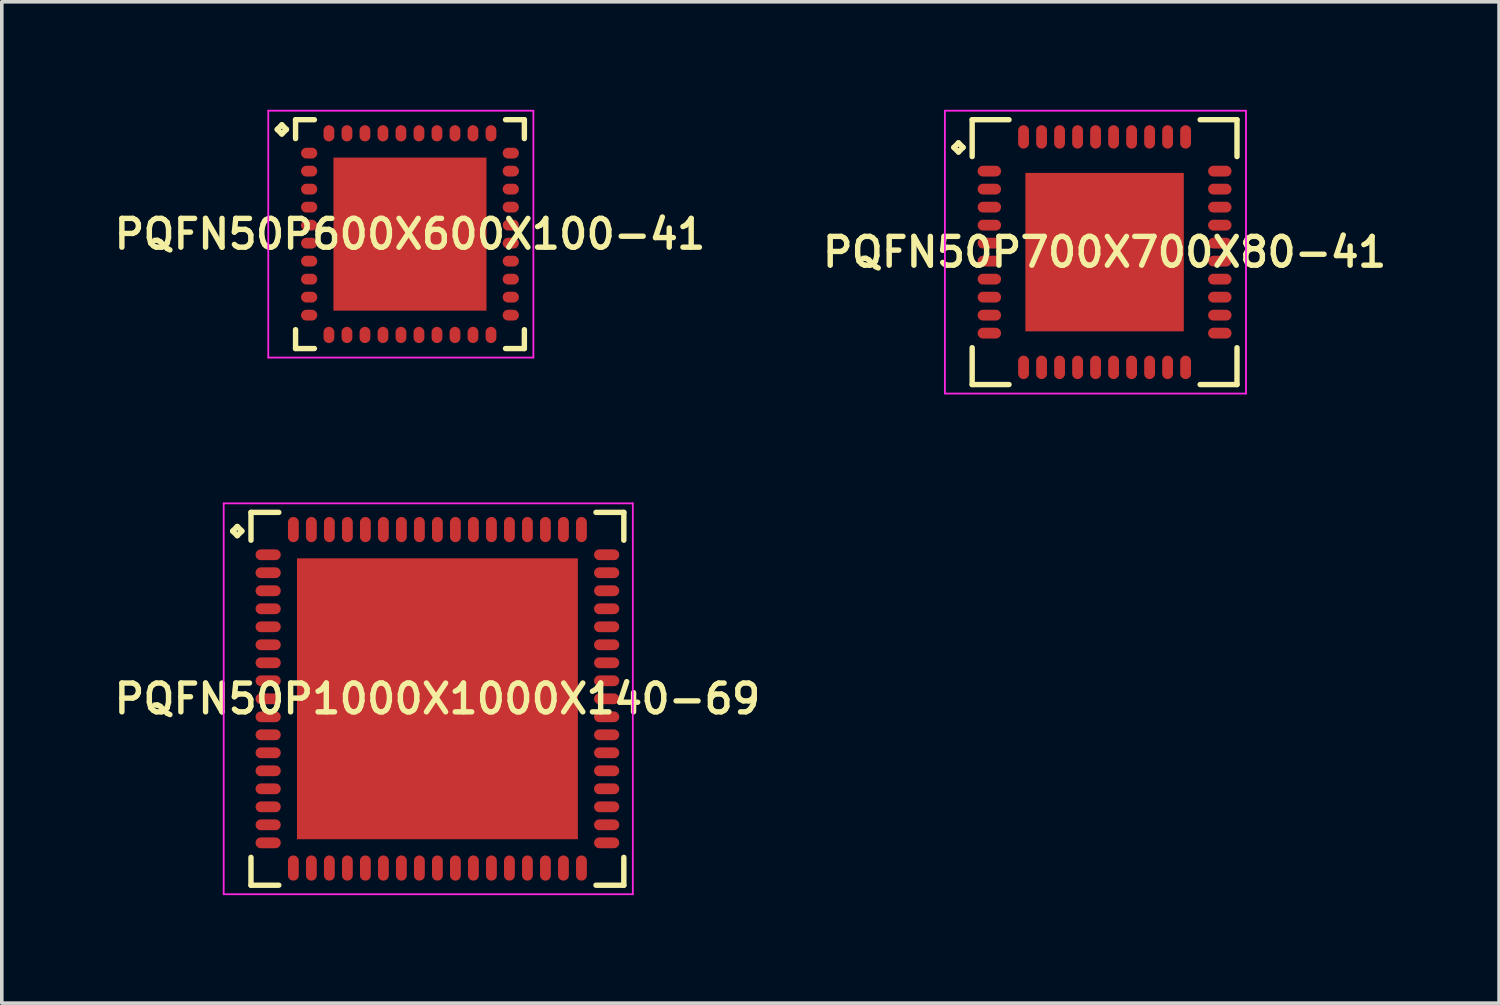
<source format=kicad_pcb>
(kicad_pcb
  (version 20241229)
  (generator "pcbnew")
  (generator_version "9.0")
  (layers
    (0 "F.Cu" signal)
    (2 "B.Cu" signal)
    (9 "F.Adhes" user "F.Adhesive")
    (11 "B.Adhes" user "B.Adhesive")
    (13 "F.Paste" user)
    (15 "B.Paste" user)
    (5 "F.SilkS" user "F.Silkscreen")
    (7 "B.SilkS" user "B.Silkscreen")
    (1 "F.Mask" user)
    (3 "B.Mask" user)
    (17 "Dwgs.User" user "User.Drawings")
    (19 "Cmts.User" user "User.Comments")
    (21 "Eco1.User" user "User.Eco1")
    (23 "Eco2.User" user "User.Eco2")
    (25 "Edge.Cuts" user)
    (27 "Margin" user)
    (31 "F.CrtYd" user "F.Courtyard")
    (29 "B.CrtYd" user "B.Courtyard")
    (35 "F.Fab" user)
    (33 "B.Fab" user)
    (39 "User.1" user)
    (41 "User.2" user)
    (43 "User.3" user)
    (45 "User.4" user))
  (footprint "PQFN50P1000X1000X140-69"
    (layer "F.Cu")
    (at 9.097 16.356)
    (property "Reference" "PQFN50P1000X1000X140-69" (at 0 0 0) (layer "F.SilkS") (effects (font (size 0.8 0.8) (thickness 0.15))))
    (attr smd)
    (fp_line (start -5.685 -4.658) (end -5.558 -4.785) (stroke (width 0.15) (type solid)) (layer "F.SilkS"))
    (fp_line (start -5.558 -4.785) (end -5.431 -4.658) (stroke (width 0.15) (type solid)) (layer "F.SilkS"))
    (fp_line (start -5.558 -4.531) (end -5.685 -4.658) (stroke (width 0.15) (type solid)) (layer "F.SilkS"))
    (fp_line (start -5.431 -4.658) (end -5.558 -4.531) (stroke (width 0.15) (type solid)) (layer "F.SilkS"))
    (fp_line (start -5.177 -5.177) (end -4.404 -5.177) (stroke (width 0.15) (type solid)) (layer "F.SilkS"))
    (fp_line (start -5.177 -4.404) (end -5.177 -5.177) (stroke (width 0.15) (type solid)) (layer "F.SilkS"))
    (fp_line (start -5.177 4.404) (end -5.177 5.177) (stroke (width 0.15) (type solid)) (layer "F.SilkS"))
    (fp_line (start -5.177 5.177) (end -4.404 5.177) (stroke (width 0.15) (type solid)) (layer "F.SilkS"))
    (fp_line (start 4.404 -5.177) (end 5.177 -5.177) (stroke (width 0.15) (type solid)) (layer "F.SilkS"))
    (fp_line (start 4.404 5.177) (end 5.177 5.177) (stroke (width 0.15) (type solid)) (layer "F.SilkS"))
    (fp_line (start 5.177 -5.177) (end 5.177 -4.404) (stroke (width 0.15) (type solid)) (layer "F.SilkS"))
    (fp_line (start 5.177 5.177) (end 5.177 4.404) (stroke (width 0.15) (type solid)) (layer "F.SilkS"))
    (fp_line (start -5.935 -5.427) (end 5.427 -5.427) (stroke (width 0.05) (type solid)) (layer "F.CrtYd"))
    (fp_line (start -5.935 5.427) (end -5.935 -5.427) (stroke (width 0.05) (type solid)) (layer "F.CrtYd"))
    (fp_line (start 5.427 -5.427) (end 5.427 5.427) (stroke (width 0.05) (type solid)) (layer "F.CrtYd"))
    (fp_line (start 5.427 5.427) (end -5.935 5.427) (stroke (width 0.05) (type solid)) (layer "F.CrtYd"))
    (pad "1" smd oval (at -4.7 -4) (size 0.7 0.3) (layers "F.Cu" "F.Mask" "F.Paste"))
    (pad "2" smd oval (at -4.7 -3.5) (size 0.7 0.3) (layers "F.Cu" "F.Mask" "F.Paste"))
    (pad "3" smd oval (at -4.7 -3) (size 0.7 0.3) (layers "F.Cu" "F.Mask" "F.Paste"))
    (pad "4" smd oval (at -4.7 -2.5) (size 0.7 0.3) (layers "F.Cu" "F.Mask" "F.Paste"))
    (pad "5" smd oval (at -4.7 -2) (size 0.7 0.3) (layers "F.Cu" "F.Mask" "F.Paste"))
    (pad "6" smd oval (at -4.7 -1.5) (size 0.7 0.3) (layers "F.Cu" "F.Mask" "F.Paste"))
    (pad "7" smd oval (at -4.7 -1) (size 0.7 0.3) (layers "F.Cu" "F.Mask" "F.Paste"))
    (pad "8" smd oval (at -4.7 -0.5) (size 0.7 0.3) (layers "F.Cu" "F.Mask" "F.Paste"))
    (pad "9" smd oval (at -4.7 0) (size 0.7 0.3) (layers "F.Cu" "F.Mask" "F.Paste"))
    (pad "10" smd oval (at -4.7 0.5) (size 0.7 0.3) (layers "F.Cu" "F.Mask" "F.Paste"))
    (pad "11" smd oval (at -4.7 1) (size 0.7 0.3) (layers "F.Cu" "F.Mask" "F.Paste"))
    (pad "12" smd oval (at -4.7 1.5) (size 0.7 0.3) (layers "F.Cu" "F.Mask" "F.Paste"))
    (pad "13" smd oval (at -4.7 2) (size 0.7 0.3) (layers "F.Cu" "F.Mask" "F.Paste"))
    (pad "14" smd oval (at -4.7 2.5) (size 0.7 0.3) (layers "F.Cu" "F.Mask" "F.Paste"))
    (pad "15" smd oval (at -4.7 3) (size 0.7 0.3) (layers "F.Cu" "F.Mask" "F.Paste"))
    (pad "16" smd oval (at -4.7 3.5) (size 0.7 0.3) (layers "F.Cu" "F.Mask" "F.Paste"))
    (pad "17" smd oval (at -4.7 4) (size 0.7 0.3) (layers "F.Cu" "F.Mask" "F.Paste"))
    (pad "18" smd oval (at -4 4.7) (size 0.3 0.7) (layers "F.Cu" "F.Mask" "F.Paste"))
    (pad "19" smd oval (at -3.5 4.7) (size 0.3 0.7) (layers "F.Cu" "F.Mask" "F.Paste"))
    (pad "20" smd oval (at -3 4.7) (size 0.3 0.7) (layers "F.Cu" "F.Mask" "F.Paste"))
    (pad "21" smd oval (at -2.5 4.7) (size 0.3 0.7) (layers "F.Cu" "F.Mask" "F.Paste"))
    (pad "22" smd oval (at -2 4.7) (size 0.3 0.7) (layers "F.Cu" "F.Mask" "F.Paste"))
    (pad "23" smd oval (at -1.5 4.7) (size 0.3 0.7) (layers "F.Cu" "F.Mask" "F.Paste"))
    (pad "24" smd oval (at -1 4.7) (size 0.3 0.7) (layers "F.Cu" "F.Mask" "F.Paste"))
    (pad "25" smd oval (at -0.5 4.7) (size 0.3 0.7) (layers "F.Cu" "F.Mask" "F.Paste"))
    (pad "26" smd oval (at 0 4.7) (size 0.3 0.7) (layers "F.Cu" "F.Mask" "F.Paste"))
    (pad "27" smd oval (at 0.5 4.7) (size 0.3 0.7) (layers "F.Cu" "F.Mask" "F.Paste"))
    (pad "28" smd oval (at 1 4.7) (size 0.3 0.7) (layers "F.Cu" "F.Mask" "F.Paste"))
    (pad "29" smd oval (at 1.5 4.7) (size 0.3 0.7) (layers "F.Cu" "F.Mask" "F.Paste"))
    (pad "30" smd oval (at 2 4.7) (size 0.3 0.7) (layers "F.Cu" "F.Mask" "F.Paste"))
    (pad "31" smd oval (at 2.5 4.7) (size 0.3 0.7) (layers "F.Cu" "F.Mask" "F.Paste"))
    (pad "32" smd oval (at 3 4.7) (size 0.3 0.7) (layers "F.Cu" "F.Mask" "F.Paste"))
    (pad "33" smd oval (at 3.5 4.7) (size 0.3 0.7) (layers "F.Cu" "F.Mask" "F.Paste"))
    (pad "34" smd oval (at 4 4.7) (size 0.3 0.7) (layers "F.Cu" "F.Mask" "F.Paste"))
    (pad "35" smd oval (at 4.7 4) (size 0.7 0.3) (layers "F.Cu" "F.Mask" "F.Paste"))
    (pad "36" smd oval (at 4.7 3.5) (size 0.7 0.3) (layers "F.Cu" "F.Mask" "F.Paste"))
    (pad "37" smd oval (at 4.7 3) (size 0.7 0.3) (layers "F.Cu" "F.Mask" "F.Paste"))
    (pad "38" smd oval (at 4.7 2.5) (size 0.7 0.3) (layers "F.Cu" "F.Mask" "F.Paste"))
    (pad "39" smd oval (at 4.7 2) (size 0.7 0.3) (layers "F.Cu" "F.Mask" "F.Paste"))
    (pad "40" smd oval (at 4.7 1.5) (size 0.7 0.3) (layers "F.Cu" "F.Mask" "F.Paste"))
    (pad "41" smd oval (at 4.7 1) (size 0.7 0.3) (layers "F.Cu" "F.Mask" "F.Paste"))
    (pad "42" smd oval (at 4.7 0.5) (size 0.7 0.3) (layers "F.Cu" "F.Mask" "F.Paste"))
    (pad "43" smd oval (at 4.7 0) (size 0.7 0.3) (layers "F.Cu" "F.Mask" "F.Paste"))
    (pad "44" smd oval (at 4.7 -0.5) (size 0.7 0.3) (layers "F.Cu" "F.Mask" "F.Paste"))
    (pad "45" smd oval (at 4.7 -1) (size 0.7 0.3) (layers "F.Cu" "F.Mask" "F.Paste"))
    (pad "46" smd oval (at 4.7 -1.5) (size 0.7 0.3) (layers "F.Cu" "F.Mask" "F.Paste"))
    (pad "47" smd oval (at 4.7 -2) (size 0.7 0.3) (layers "F.Cu" "F.Mask" "F.Paste"))
    (pad "48" smd oval (at 4.7 -2.5) (size 0.7 0.3) (layers "F.Cu" "F.Mask" "F.Paste"))
    (pad "49" smd oval (at 4.7 -3) (size 0.7 0.3) (layers "F.Cu" "F.Mask" "F.Paste"))
    (pad "50" smd oval (at 4.7 -3.5) (size 0.7 0.3) (layers "F.Cu" "F.Mask" "F.Paste"))
    (pad "51" smd oval (at 4.7 -4) (size 0.7 0.3) (layers "F.Cu" "F.Mask" "F.Paste"))
    (pad "52" smd oval (at 4 -4.7) (size 0.3 0.7) (layers "F.Cu" "F.Mask" "F.Paste"))
    (pad "53" smd oval (at 3.5 -4.7) (size 0.3 0.7) (layers "F.Cu" "F.Mask" "F.Paste"))
    (pad "54" smd oval (at 3 -4.7) (size 0.3 0.7) (layers "F.Cu" "F.Mask" "F.Paste"))
    (pad "55" smd oval (at 2.5 -4.7) (size 0.3 0.7) (layers "F.Cu" "F.Mask" "F.Paste"))
    (pad "56" smd oval (at 2 -4.7) (size 0.3 0.7) (layers "F.Cu" "F.Mask" "F.Paste"))
    (pad "57" smd oval (at 1.5 -4.7) (size 0.3 0.7) (layers "F.Cu" "F.Mask" "F.Paste"))
    (pad "58" smd oval (at 1 -4.7) (size 0.3 0.7) (layers "F.Cu" "F.Mask" "F.Paste"))
    (pad "59" smd oval (at 0.5 -4.7) (size 0.3 0.7) (layers "F.Cu" "F.Mask" "F.Paste"))
    (pad "60" smd oval (at 0 -4.7) (size 0.3 0.7) (layers "F.Cu" "F.Mask" "F.Paste"))
    (pad "61" smd oval (at -0.5 -4.7) (size 0.3 0.7) (layers "F.Cu" "F.Mask" "F.Paste"))
    (pad "62" smd oval (at -1 -4.7) (size 0.3 0.7) (layers "F.Cu" "F.Mask" "F.Paste"))
    (pad "63" smd oval (at -1.5 -4.7) (size 0.3 0.7) (layers "F.Cu" "F.Mask" "F.Paste"))
    (pad "64" smd oval (at -2 -4.7) (size 0.3 0.7) (layers "F.Cu" "F.Mask" "F.Paste"))
    (pad "65" smd oval (at -2.5 -4.7) (size 0.3 0.7) (layers "F.Cu" "F.Mask" "F.Paste"))
    (pad "66" smd oval (at -3 -4.7) (size 0.3 0.7) (layers "F.Cu" "F.Mask" "F.Paste"))
    (pad "67" smd oval (at -3.5 -4.7) (size 0.3 0.7) (layers "F.Cu" "F.Mask" "F.Paste"))
    (pad "68" smd oval (at -4 -4.7) (size 0.3 0.7) (layers "F.Cu" "F.Mask" "F.Paste"))
    (pad "69" smd rect (at 0 0) (size 7.8 7.8) (layers "F.Cu" "F.Mask" "F.Paste")))
  (footprint "PQFN50P600X600X100-41"
    (layer "F.Cu")
    (at 8.335 3.452)
    (property "Reference" "PQFN50P600X600X100-41" (at 0 0 0) (layer "F.SilkS") (effects (font (size 0.8 0.8) (thickness 0.15))))
    (attr smd)
    (fp_line (start -3.685 -2.908) (end -3.558 -3.035) (stroke (width 0.15) (type solid)) (layer "F.SilkS"))
    (fp_line (start -3.558 -3.035) (end -3.431 -2.908) (stroke (width 0.15) (type solid)) (layer "F.SilkS"))
    (fp_line (start -3.558 -2.781) (end -3.685 -2.908) (stroke (width 0.15) (type solid)) (layer "F.SilkS"))
    (fp_line (start -3.431 -2.908) (end -3.558 -2.781) (stroke (width 0.15) (type solid)) (layer "F.SilkS"))
    (fp_line (start -3.177 -3.177) (end -2.654 -3.177) (stroke (width 0.15) (type solid)) (layer "F.SilkS"))
    (fp_line (start -3.177 -2.654) (end -3.177 -3.177) (stroke (width 0.15) (type solid)) (layer "F.SilkS"))
    (fp_line (start -3.177 2.654) (end -3.177 3.177) (stroke (width 0.15) (type solid)) (layer "F.SilkS"))
    (fp_line (start -3.177 3.177) (end -2.654 3.177) (stroke (width 0.15) (type solid)) (layer "F.SilkS"))
    (fp_line (start 2.654 -3.177) (end 3.177 -3.177) (stroke (width 0.15) (type solid)) (layer "F.SilkS"))
    (fp_line (start 2.654 3.177) (end 3.177 3.177) (stroke (width 0.15) (type solid)) (layer "F.SilkS"))
    (fp_line (start 3.177 -3.177) (end 3.177 -2.654) (stroke (width 0.15) (type solid)) (layer "F.SilkS"))
    (fp_line (start 3.177 3.177) (end 3.177 2.654) (stroke (width 0.15) (type solid)) (layer "F.SilkS"))
    (fp_line (start -3.935 -3.427) (end 3.427 -3.427) (stroke (width 0.05) (type solid)) (layer "F.CrtYd"))
    (fp_line (start -3.935 3.427) (end -3.935 -3.427) (stroke (width 0.05) (type solid)) (layer "F.CrtYd"))
    (fp_line (start 3.427 -3.427) (end 3.427 3.427) (stroke (width 0.05) (type solid)) (layer "F.CrtYd"))
    (fp_line (start 3.427 3.427) (end -3.935 3.427) (stroke (width 0.05) (type solid)) (layer "F.CrtYd"))
    (pad "1" smd oval (at -2.8 -2.25) (size 0.45 0.3) (layers "F.Cu" "F.Mask" "F.Paste"))
    (pad "2" smd oval (at -2.8 -1.75) (size 0.45 0.3) (layers "F.Cu" "F.Mask" "F.Paste"))
    (pad "3" smd oval (at -2.8 -1.25) (size 0.45 0.3) (layers "F.Cu" "F.Mask" "F.Paste"))
    (pad "4" smd oval (at -2.8 -0.75) (size 0.45 0.3) (layers "F.Cu" "F.Mask" "F.Paste"))
    (pad "5" smd oval (at -2.8 -0.25) (size 0.45 0.3) (layers "F.Cu" "F.Mask" "F.Paste"))
    (pad "6" smd oval (at -2.8 0.25) (size 0.45 0.3) (layers "F.Cu" "F.Mask" "F.Paste"))
    (pad "7" smd oval (at -2.8 0.75) (size 0.45 0.3) (layers "F.Cu" "F.Mask" "F.Paste"))
    (pad "8" smd oval (at -2.8 1.25) (size 0.45 0.3) (layers "F.Cu" "F.Mask" "F.Paste"))
    (pad "9" smd oval (at -2.8 1.75) (size 0.45 0.3) (layers "F.Cu" "F.Mask" "F.Paste"))
    (pad "10" smd oval (at -2.8 2.25) (size 0.45 0.3) (layers "F.Cu" "F.Mask" "F.Paste"))
    (pad "11" smd oval (at -2.25 2.8) (size 0.3 0.45) (layers "F.Cu" "F.Mask" "F.Paste"))
    (pad "12" smd oval (at -1.75 2.8) (size 0.3 0.45) (layers "F.Cu" "F.Mask" "F.Paste"))
    (pad "13" smd oval (at -1.25 2.8) (size 0.3 0.45) (layers "F.Cu" "F.Mask" "F.Paste"))
    (pad "14" smd oval (at -0.75 2.8) (size 0.3 0.45) (layers "F.Cu" "F.Mask" "F.Paste"))
    (pad "15" smd oval (at -0.25 2.8) (size 0.3 0.45) (layers "F.Cu" "F.Mask" "F.Paste"))
    (pad "16" smd oval (at 0.25 2.8) (size 0.3 0.45) (layers "F.Cu" "F.Mask" "F.Paste"))
    (pad "17" smd oval (at 0.75 2.8) (size 0.3 0.45) (layers "F.Cu" "F.Mask" "F.Paste"))
    (pad "18" smd oval (at 1.25 2.8) (size 0.3 0.45) (layers "F.Cu" "F.Mask" "F.Paste"))
    (pad "19" smd oval (at 1.75 2.8) (size 0.3 0.45) (layers "F.Cu" "F.Mask" "F.Paste"))
    (pad "20" smd oval (at 2.25 2.8) (size 0.3 0.45) (layers "F.Cu" "F.Mask" "F.Paste"))
    (pad "21" smd oval (at 2.8 2.25) (size 0.45 0.3) (layers "F.Cu" "F.Mask" "F.Paste"))
    (pad "22" smd oval (at 2.8 1.75) (size 0.45 0.3) (layers "F.Cu" "F.Mask" "F.Paste"))
    (pad "23" smd oval (at 2.8 1.25) (size 0.45 0.3) (layers "F.Cu" "F.Mask" "F.Paste"))
    (pad "24" smd oval (at 2.8 0.75) (size 0.45 0.3) (layers "F.Cu" "F.Mask" "F.Paste"))
    (pad "25" smd oval (at 2.8 0.25) (size 0.45 0.3) (layers "F.Cu" "F.Mask" "F.Paste"))
    (pad "26" smd oval (at 2.8 -0.25) (size 0.45 0.3) (layers "F.Cu" "F.Mask" "F.Paste"))
    (pad "27" smd oval (at 2.8 -0.75) (size 0.45 0.3) (layers "F.Cu" "F.Mask" "F.Paste"))
    (pad "28" smd oval (at 2.8 -1.25) (size 0.45 0.3) (layers "F.Cu" "F.Mask" "F.Paste"))
    (pad "29" smd oval (at 2.8 -1.75) (size 0.45 0.3) (layers "F.Cu" "F.Mask" "F.Paste"))
    (pad "30" smd oval (at 2.8 -2.25) (size 0.45 0.3) (layers "F.Cu" "F.Mask" "F.Paste"))
    (pad "31" smd oval (at 2.25 -2.8) (size 0.3 0.45) (layers "F.Cu" "F.Mask" "F.Paste"))
    (pad "32" smd oval (at 1.75 -2.8) (size 0.3 0.45) (layers "F.Cu" "F.Mask" "F.Paste"))
    (pad "33" smd oval (at 1.25 -2.8) (size 0.3 0.45) (layers "F.Cu" "F.Mask" "F.Paste"))
    (pad "34" smd oval (at 0.75 -2.8) (size 0.3 0.45) (layers "F.Cu" "F.Mask" "F.Paste"))
    (pad "35" smd oval (at 0.25 -2.8) (size 0.3 0.45) (layers "F.Cu" "F.Mask" "F.Paste"))
    (pad "36" smd oval (at -0.25 -2.8) (size 0.3 0.45) (layers "F.Cu" "F.Mask" "F.Paste"))
    (pad "37" smd oval (at -0.75 -2.8) (size 0.3 0.45) (layers "F.Cu" "F.Mask" "F.Paste"))
    (pad "38" smd oval (at -1.25 -2.8) (size 0.3 0.45) (layers "F.Cu" "F.Mask" "F.Paste"))
    (pad "39" smd oval (at -1.75 -2.8) (size 0.3 0.45) (layers "F.Cu" "F.Mask" "F.Paste"))
    (pad "40" smd oval (at -2.25 -2.8) (size 0.3 0.45) (layers "F.Cu" "F.Mask" "F.Paste"))
    (pad "41" smd rect (at 0 0) (size 4.25 4.25) (layers "F.Cu" "F.Mask" "F.Paste")))
  (footprint "PQFN50P700X700X80-41"
    (layer "F.Cu")
    (at 27.625 3.952)
    (property "Reference" "PQFN50P700X700X80-41" (at 0 0 0) (layer "F.SilkS") (effects (font (size 0.8 0.8) (thickness 0.15))))
    (attr smd)
    (fp_line (start -4.185 -2.908) (end -4.058 -3.035) (stroke (width 0.15) (type solid)) (layer "F.SilkS"))
    (fp_line (start -4.058 -3.035) (end -3.931 -2.908) (stroke (width 0.15) (type solid)) (layer "F.SilkS"))
    (fp_line (start -4.058 -2.781) (end -4.185 -2.908) (stroke (width 0.15) (type solid)) (layer "F.SilkS"))
    (fp_line (start -3.931 -2.908) (end -4.058 -2.781) (stroke (width 0.15) (type solid)) (layer "F.SilkS"))
    (fp_line (start -3.677 -3.677) (end -2.654 -3.677) (stroke (width 0.15) (type solid)) (layer "F.SilkS"))
    (fp_line (start -3.677 -2.654) (end -3.677 -3.677) (stroke (width 0.15) (type solid)) (layer "F.SilkS"))
    (fp_line (start -3.677 2.654) (end -3.677 3.677) (stroke (width 0.15) (type solid)) (layer "F.SilkS"))
    (fp_line (start -3.677 3.677) (end -2.654 3.677) (stroke (width 0.15) (type solid)) (layer "F.SilkS"))
    (fp_line (start 2.654 -3.677) (end 3.677 -3.677) (stroke (width 0.15) (type solid)) (layer "F.SilkS"))
    (fp_line (start 2.654 3.677) (end 3.677 3.677) (stroke (width 0.15) (type solid)) (layer "F.SilkS"))
    (fp_line (start 3.677 -3.677) (end 3.677 -2.654) (stroke (width 0.15) (type solid)) (layer "F.SilkS"))
    (fp_line (start 3.677 3.677) (end 3.677 2.654) (stroke (width 0.15) (type solid)) (layer "F.SilkS"))
    (fp_line (start -4.435 -3.927) (end 3.927 -3.927) (stroke (width 0.05) (type solid)) (layer "F.CrtYd"))
    (fp_line (start -4.435 3.927) (end -4.435 -3.927) (stroke (width 0.05) (type solid)) (layer "F.CrtYd"))
    (fp_line (start 3.927 -3.927) (end 3.927 3.927) (stroke (width 0.05) (type solid)) (layer "F.CrtYd"))
    (fp_line (start 3.927 3.927) (end -4.435 3.927) (stroke (width 0.05) (type solid)) (layer "F.CrtYd"))
    (pad "1" smd oval (at -3.2 -2.25) (size 0.65 0.3) (layers "F.Cu" "F.Mask" "F.Paste"))
    (pad "2" smd oval (at -3.2 -1.75) (size 0.65 0.3) (layers "F.Cu" "F.Mask" "F.Paste"))
    (pad "3" smd oval (at -3.2 -1.25) (size 0.65 0.3) (layers "F.Cu" "F.Mask" "F.Paste"))
    (pad "4" smd oval (at -3.2 -0.75) (size 0.65 0.3) (layers "F.Cu" "F.Mask" "F.Paste"))
    (pad "5" smd oval (at -3.2 -0.25) (size 0.65 0.3) (layers "F.Cu" "F.Mask" "F.Paste"))
    (pad "6" smd oval (at -3.2 0.25) (size 0.65 0.3) (layers "F.Cu" "F.Mask" "F.Paste"))
    (pad "7" smd oval (at -3.2 0.75) (size 0.65 0.3) (layers "F.Cu" "F.Mask" "F.Paste"))
    (pad "8" smd oval (at -3.2 1.25) (size 0.65 0.3) (layers "F.Cu" "F.Mask" "F.Paste"))
    (pad "9" smd oval (at -3.2 1.75) (size 0.65 0.3) (layers "F.Cu" "F.Mask" "F.Paste"))
    (pad "10" smd oval (at -3.2 2.25) (size 0.65 0.3) (layers "F.Cu" "F.Mask" "F.Paste"))
    (pad "11" smd oval (at -2.25 3.2) (size 0.3 0.65) (layers "F.Cu" "F.Mask" "F.Paste"))
    (pad "12" smd oval (at -1.75 3.2) (size 0.3 0.65) (layers "F.Cu" "F.Mask" "F.Paste"))
    (pad "13" smd oval (at -1.25 3.2) (size 0.3 0.65) (layers "F.Cu" "F.Mask" "F.Paste"))
    (pad "14" smd oval (at -0.75 3.2) (size 0.3 0.65) (layers "F.Cu" "F.Mask" "F.Paste"))
    (pad "15" smd oval (at -0.25 3.2) (size 0.3 0.65) (layers "F.Cu" "F.Mask" "F.Paste"))
    (pad "16" smd oval (at 0.25 3.2) (size 0.3 0.65) (layers "F.Cu" "F.Mask" "F.Paste"))
    (pad "17" smd oval (at 0.75 3.2) (size 0.3 0.65) (layers "F.Cu" "F.Mask" "F.Paste"))
    (pad "18" smd oval (at 1.25 3.2) (size 0.3 0.65) (layers "F.Cu" "F.Mask" "F.Paste"))
    (pad "19" smd oval (at 1.75 3.2) (size 0.3 0.65) (layers "F.Cu" "F.Mask" "F.Paste"))
    (pad "20" smd oval (at 2.25 3.2) (size 0.3 0.65) (layers "F.Cu" "F.Mask" "F.Paste"))
    (pad "21" smd oval (at 3.2 2.25) (size 0.65 0.3) (layers "F.Cu" "F.Mask" "F.Paste"))
    (pad "22" smd oval (at 3.2 1.75) (size 0.65 0.3) (layers "F.Cu" "F.Mask" "F.Paste"))
    (pad "23" smd oval (at 3.2 1.25) (size 0.65 0.3) (layers "F.Cu" "F.Mask" "F.Paste"))
    (pad "24" smd oval (at 3.2 0.75) (size 0.65 0.3) (layers "F.Cu" "F.Mask" "F.Paste"))
    (pad "25" smd oval (at 3.2 0.25) (size 0.65 0.3) (layers "F.Cu" "F.Mask" "F.Paste"))
    (pad "26" smd oval (at 3.2 -0.25) (size 0.65 0.3) (layers "F.Cu" "F.Mask" "F.Paste"))
    (pad "27" smd oval (at 3.2 -0.75) (size 0.65 0.3) (layers "F.Cu" "F.Mask" "F.Paste"))
    (pad "28" smd oval (at 3.2 -1.25) (size 0.65 0.3) (layers "F.Cu" "F.Mask" "F.Paste"))
    (pad "29" smd oval (at 3.2 -1.75) (size 0.65 0.3) (layers "F.Cu" "F.Mask" "F.Paste"))
    (pad "30" smd oval (at 3.2 -2.25) (size 0.65 0.3) (layers "F.Cu" "F.Mask" "F.Paste"))
    (pad "31" smd oval (at 2.25 -3.2) (size 0.3 0.65) (layers "F.Cu" "F.Mask" "F.Paste"))
    (pad "32" smd oval (at 1.75 -3.2) (size 0.3 0.65) (layers "F.Cu" "F.Mask" "F.Paste"))
    (pad "33" smd oval (at 1.25 -3.2) (size 0.3 0.65) (layers "F.Cu" "F.Mask" "F.Paste"))
    (pad "34" smd oval (at 0.75 -3.2) (size 0.3 0.65) (layers "F.Cu" "F.Mask" "F.Paste"))
    (pad "35" smd oval (at 0.25 -3.2) (size 0.3 0.65) (layers "F.Cu" "F.Mask" "F.Paste"))
    (pad "36" smd oval (at -0.25 -3.2) (size 0.3 0.65) (layers "F.Cu" "F.Mask" "F.Paste"))
    (pad "37" smd oval (at -0.75 -3.2) (size 0.3 0.65) (layers "F.Cu" "F.Mask" "F.Paste"))
    (pad "38" smd oval (at -1.25 -3.2) (size 0.3 0.65) (layers "F.Cu" "F.Mask" "F.Paste"))
    (pad "39" smd oval (at -1.75 -3.2) (size 0.3 0.65) (layers "F.Cu" "F.Mask" "F.Paste"))
    (pad "40" smd oval (at -2.25 -3.2) (size 0.3 0.65) (layers "F.Cu" "F.Mask" "F.Paste"))
    (pad "41" smd rect (at 0 0) (size 4.4 4.4) (layers "F.Cu" "F.Mask" "F.Paste")))
  (gr_rect
    (start -3 -3)
    (end 38.58 24.808)
    (stroke (width 0.1) (type default))
    (fill no)
    (layer "Edge.Cuts")))
</source>
